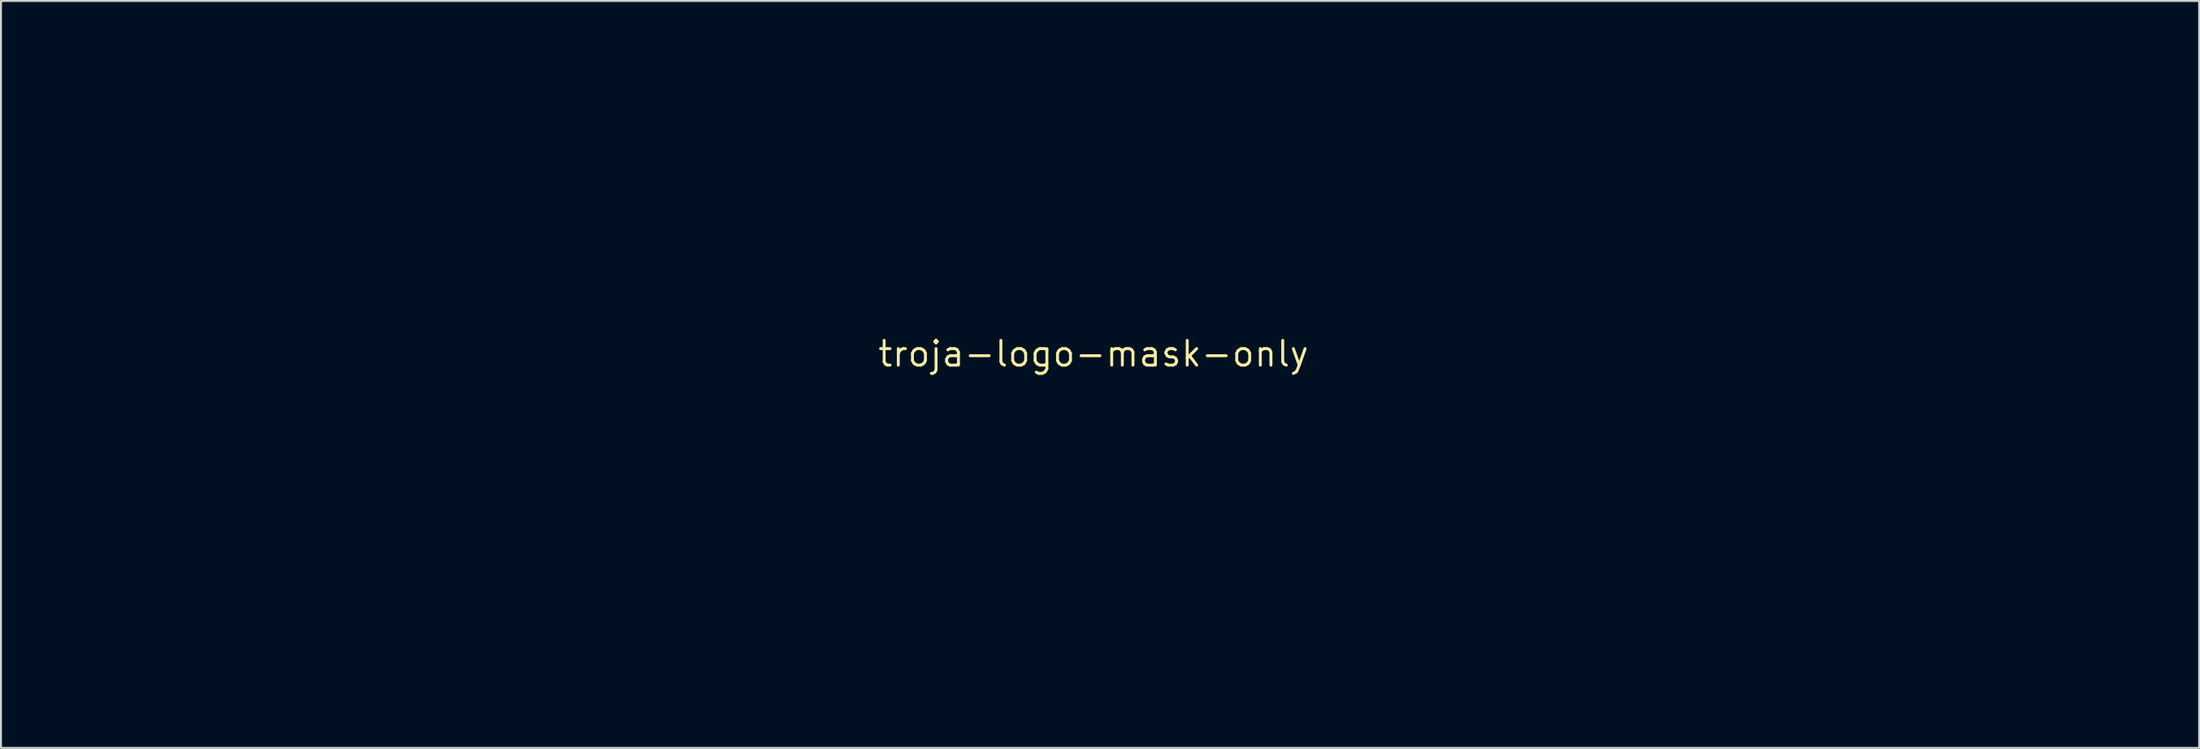
<source format=kicad_pcb>
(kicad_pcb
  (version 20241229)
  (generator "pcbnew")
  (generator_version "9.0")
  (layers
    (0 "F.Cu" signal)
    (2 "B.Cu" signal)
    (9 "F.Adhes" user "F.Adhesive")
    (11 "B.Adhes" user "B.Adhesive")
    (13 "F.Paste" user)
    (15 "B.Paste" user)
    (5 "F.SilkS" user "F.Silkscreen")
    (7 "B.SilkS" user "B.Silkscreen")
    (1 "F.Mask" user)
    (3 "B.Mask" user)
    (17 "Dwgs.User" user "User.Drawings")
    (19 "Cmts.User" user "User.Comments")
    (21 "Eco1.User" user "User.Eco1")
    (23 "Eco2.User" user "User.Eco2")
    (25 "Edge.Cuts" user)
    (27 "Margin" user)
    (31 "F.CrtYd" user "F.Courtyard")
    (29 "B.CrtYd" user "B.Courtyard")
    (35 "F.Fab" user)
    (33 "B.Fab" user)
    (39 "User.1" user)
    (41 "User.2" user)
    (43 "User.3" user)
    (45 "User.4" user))
  (footprint "troja-logo-mask-only"
    (layer "F.Cu")
    (at 53.028 15.097)
    (property "Reference" "troja-logo-mask-only" (at 0 0 0) (layer "F.SilkS") (effects (font (size 1.27 1.27) (thickness 0.15))))
    (attr through_hole)
    (fp_poly (pts (xy -0.118 3.712) (xy -0.08 3.722) (xy -0.066 3.732) (xy -0.048 3.766) (xy -0.021 3.827) (xy 0.009 3.905) (xy 0.014 3.918) (xy 0.054 4.067) (xy 0.078 4.229) (xy 0.084 4.392) (xy 0.071 4.542) (xy 0.047 4.646) (xy 0.021 4.731) (xy -0.001 4.816) (xy -0.01 4.862) (xy -0.03 4.933) (xy -0.06 4.996) (xy -0.067 5.006) (xy -0.136 5.07) (xy -0.216 5.109) (xy -0.298 5.122) (xy -0.371 5.107) (xy -0.415 5.075) (xy -0.483 4.987) (xy -0.53 4.912) (xy -0.55 4.855) (xy -0.55 4.848) (xy -0.555 4.809) (xy -0.567 4.74) (xy -0.585 4.654) (xy -0.595 4.609) (xy -0.626 4.418) (xy -0.628 4.244) (xy -0.6 4.071) (xy -0.547 3.905) (xy -0.476 3.715) (xy -0.284 3.709) (xy -0.183 3.707) (xy -0.118 3.712)) (stroke (width 0.01) (type solid)) (fill yes) (layer "F.Mask"))
    (fp_poly (pts (xy 7.586 3.38) (xy 7.611 3.42) (xy 7.635 3.433) (xy 7.648 3.445) (xy 7.664 3.478) (xy 7.684 3.537) (xy 7.708 3.625) (xy 7.739 3.746) (xy 7.776 3.903) (xy 7.789 3.958) (xy 7.822 4.104) (xy 7.854 4.238) (xy 7.881 4.355) (xy 7.903 4.448) (xy 7.918 4.511) (xy 7.923 4.535) (xy 7.938 4.593) (xy 7.578 4.593) (xy 7.431 4.592) (xy 7.321 4.588) (xy 7.25 4.582) (xy 7.219 4.574) (xy 7.218 4.571) (xy 7.223 4.546) (xy 7.237 4.485) (xy 7.258 4.394) (xy 7.286 4.28) (xy 7.318 4.149) (xy 7.345 4.043) (xy 7.38 3.9) (xy 7.412 3.768) (xy 7.438 3.654) (xy 7.458 3.564) (xy 7.469 3.503) (xy 7.472 3.483) (xy 7.483 3.439) (xy 7.504 3.429) (xy 7.536 3.411) (xy 7.554 3.382) (xy 7.572 3.334) (xy 7.586 3.38)) (stroke (width 0.01) (type solid)) (fill yes) (layer "F.Mask"))
    (fp_poly (pts (xy 21.154 -13.991) (xy 21.304 -13.803) (xy 21.446 -13.624) (xy 21.578 -13.458) (xy 21.698 -13.306) (xy 21.802 -13.172) (xy 21.89 -13.058) (xy 21.959 -12.968) (xy 22.007 -12.903) (xy 22.032 -12.868) (xy 22.035 -12.862) (xy 22.03 -12.839) (xy 22.017 -12.777) (xy 21.995 -12.677) (xy 21.965 -12.541) (xy 21.928 -12.372) (xy 21.883 -12.17) (xy 21.832 -11.939) (xy 21.774 -11.68) (xy 21.711 -11.394) (xy 21.642 -11.084) (xy 21.568 -10.752) (xy 21.489 -10.4) (xy 21.406 -10.028) (xy 21.319 -9.64) (xy 21.229 -9.237) (xy 21.136 -8.821) (xy 21.041 -8.394) (xy 21.028 -8.338) (xy 20.836 -7.478) (xy 20.644 -6.623) (xy 20.455 -5.776) (xy 20.267 -4.935) (xy 20.081 -4.104) (xy 19.897 -3.282) (xy 19.716 -2.471) (xy 19.538 -1.671) (xy 19.362 -0.884) (xy 19.189 -0.11) (xy 19.02 0.649) (xy 18.854 1.393) (xy 18.692 2.12) (xy 18.534 2.83) (xy 18.38 3.521) (xy 18.23 4.193) (xy 18.085 4.845) (xy 17.945 5.475) (xy 17.81 6.083) (xy 17.68 6.667) (xy 17.556 7.227) (xy 17.437 7.762) (xy 17.324 8.271) (xy 17.217 8.752) (xy 17.117 9.205) (xy 17.023 9.628) (xy 16.937 10.022) (xy 16.857 10.384) (xy 16.784 10.714) (xy 16.719 11.011) (xy 16.661 11.273) (xy 16.612 11.501) (xy 16.57 11.692) (xy 16.537 11.846) (xy 16.512 11.962) (xy 16.496 12.039) (xy 16.489 12.076) (xy 16.489 12.079) (xy 16.51 12.079) (xy 16.572 12.08) (xy 16.675 12.08) (xy 16.817 12.08) (xy 16.998 12.081) (xy 17.216 12.081) (xy 17.471 12.081) (xy 17.762 12.082) (xy 18.087 12.082) (xy 18.446 12.082) (xy 18.838 12.083) (xy 19.262 12.083) (xy 19.716 12.083) (xy 20.2 12.083) (xy 20.714 12.084) (xy 21.255 12.084) (xy 21.823 12.084) (xy 22.418 12.084) (xy 23.037 12.084) (xy 23.681 12.085) (xy 24.348 12.085) (xy 25.037 12.085) (xy 25.748 12.085) (xy 26.479 12.085) (xy 27.229 12.086) (xy 27.998 12.086) (xy 28.784 12.086) (xy 29.586 12.086) (xy 30.405 12.086) (xy 31.238 12.086) (xy 32.084 12.086) (xy 32.943 12.086) (xy 33.814 12.086) (xy 34.696 12.086) (xy 35.094 12.086) (xy 53.7 12.086) (xy 53.7 17.209) (xy -53.023 17.209) (xy -53.023 12.086) (xy -34.68 12.086) (xy -33.621 12.086) (xy -32.603 12.086) (xy -31.625 12.086) (xy -30.688 12.086) (xy -29.789 12.086) (xy -28.929 12.086) (xy -28.106 12.086) (xy -27.32 12.086) (xy -26.569 12.086) (xy -25.853 12.086) (xy -25.171 12.086) (xy -24.523 12.085) (xy -23.907 12.085) (xy -23.323 12.085) (xy -22.769 12.085) (xy -22.245 12.084) (xy -21.751 12.084) (xy -21.284 12.084) (xy -20.845 12.083) (xy -20.433 12.083) (xy -20.047 12.083) (xy -19.685 12.082) (xy -19.348 12.082) (xy -19.034 12.081) (xy -18.742 12.08) (xy -18.473 12.08) (xy -18.224 12.079) (xy -17.995 12.078) (xy -17.785 12.077) (xy -17.594 12.077) (xy -17.42 12.076) (xy -17.263 12.075) (xy -17.122 12.074) (xy -16.996 12.073) (xy -16.884 12.071) (xy -16.785 12.07) (xy -16.699 12.069) (xy -16.625 12.068) (xy -16.562 12.066) (xy -16.509 12.065) (xy -16.465 12.063) (xy -16.43 12.062) (xy -16.402 12.06) (xy -16.381 12.058) (xy -16.366 12.056) (xy -16.356 12.054) (xy -16.351 12.052) (xy -16.349 12.05) (xy -16.349 12.049) (xy -16.355 12.021) (xy -16.37 11.956) (xy -16.392 11.859) (xy -16.42 11.735) (xy -16.452 11.589) (xy -16.488 11.425) (xy -16.526 11.249) (xy -16.531 11.229) (xy -16.611 10.866) (xy -16.7 10.463) (xy -16.797 10.023) (xy -16.902 9.548) (xy -17.015 9.04) (xy -17.135 8.501) (xy -17.262 7.933) (xy -17.396 7.338) (xy -17.534 6.718) (xy -17.679 6.075) (xy -17.828 5.411) (xy -17.981 4.728) (xy -18.139 4.029) (xy -18.3 3.314) (xy -18.464 2.587) (xy -18.587 2.041) (xy -12.869 2.041) (xy -12.869 2.561) (xy -9.97 2.561) (xy -9.969 3.858) (xy -9.968 5.154) (xy -9.918 5.271) (xy -9.901 5.312) (xy -9.885 5.346) (xy -9.868 5.375) (xy -9.846 5.399) (xy -9.814 5.418) (xy -9.771 5.432) (xy -9.711 5.443) (xy -9.633 5.451) (xy -9.531 5.456) (xy -9.404 5.459) (xy -9.246 5.46) (xy -9.056 5.461) (xy -8.828 5.461) (xy -8.673 5.461) (xy -7.599 5.461) (xy -7.599 4.788) (xy -7.89 4.78) (xy -8.013 4.776) (xy -8.102 4.771) (xy -8.165 4.763) (xy -8.21 4.751) (xy -8.246 4.734) (xy -8.25 4.731) (xy -8.319 4.69) (xy -8.319 3.281) (xy -6.519 3.281) (xy -6.519 5.546) (xy -5.144 5.546) (xy -5.144 3.619) (xy -4.944 3.619) (xy -4.844 3.621) (xy -4.77 3.627) (xy -4.707 3.642) (xy -4.639 3.668) (xy -4.587 3.691) (xy -4.479 3.746) (xy -4.406 3.8) (xy -4.36 3.864) (xy -4.337 3.948) (xy -4.329 4.062) (xy -4.329 4.096) (xy -4.337 4.239) (xy -4.364 4.347) (xy -4.414 4.423) (xy -4.492 4.473) (xy -4.601 4.5) (xy -4.746 4.508) (xy -4.747 4.508) (xy -4.932 4.508) (xy -4.673 5.027) (xy -4.414 5.546) (xy -3.731 5.546) (xy -3.566 5.545) (xy -3.415 5.545) (xy -3.283 5.544) (xy -3.176 5.543) (xy -3.099 5.541) (xy -3.055 5.54) (xy -3.048 5.539) (xy -3.06 5.52) (xy -3.094 5.474) (xy -3.146 5.403) (xy -3.211 5.315) (xy -3.287 5.214) (xy -3.301 5.195) (xy -3.555 4.858) (xy -3.366 4.678) (xy -3.274 4.587) (xy -3.207 4.513) (xy -3.157 4.443) (xy -3.117 4.369) (xy -3.107 4.35) (xy -3.103 4.341) (xy -1.942 4.341) (xy -1.939 4.415) (xy -1.901 4.616) (xy -1.828 4.799) (xy -1.717 4.968) (xy -1.578 5.119) (xy -1.4 5.26) (xy -1.2 5.372) (xy -0.972 5.456) (xy -0.73 5.512) (xy -0.584 5.531) (xy -0.412 5.541) (xy -0.229 5.542) (xy -0.051 5.536) (xy 0.107 5.521) (xy 0.16 5.513) (xy 0.417 5.453) (xy 0.648 5.37) (xy 0.852 5.263) (xy 1.025 5.137) (xy 1.166 4.992) (xy 1.248 4.868) (xy 2.286 4.868) (xy 2.286 5.207) (xy 2.286 5.334) (xy 2.288 5.425) (xy 2.291 5.486) (xy 2.297 5.522) (xy 2.306 5.54) (xy 2.319 5.546) (xy 2.323 5.546) (xy 2.351 5.545) (xy 2.417 5.542) (xy 2.517 5.538) (xy 2.646 5.533) (xy 2.705 5.53) (xy 5.567 5.53) (xy 5.587 5.534) (xy 5.645 5.537) (xy 5.736 5.539) (xy 5.854 5.541) (xy 5.996 5.541) (xy 6.156 5.541) (xy 6.302 5.541) (xy 7.037 5.535) (xy 7.079 5.318) (xy 7.12 5.101) (xy 8.018 5.101) (xy 8.107 5.323) (xy 8.196 5.546) (xy 8.892 5.546) (xy 9.089 5.545) (xy 9.247 5.544) (xy 9.37 5.542) (xy 9.461 5.539) (xy 9.523 5.535) (xy 9.561 5.53) (xy 9.577 5.523) (xy 9.578 5.519) (xy 9.571 5.494) (xy 9.553 5.432) (xy 9.528 5.337) (xy 9.494 5.213) (xy 9.453 5.064) (xy 9.407 4.893) (xy 9.357 4.705) (xy 9.303 4.503) (xy 9.281 4.424) (xy 9.226 4.218) (xy 9.174 4.023) (xy 9.126 3.844) (xy 9.083 3.685) (xy 9.046 3.549) (xy 9.017 3.441) (xy 8.996 3.364) (xy 8.985 3.323) (xy 8.983 3.318) (xy 8.979 3.311) (xy 8.969 3.304) (xy 8.951 3.299) (xy 8.921 3.294) (xy 8.876 3.291) (xy 8.814 3.288) (xy 8.731 3.285) (xy 8.624 3.284) (xy 8.491 3.283) (xy 8.328 3.282) (xy 8.133 3.281) (xy 7.901 3.281) (xy 7.631 3.281) (xy 7.569 3.281) (xy 6.167 3.281) (xy 5.867 4.397) (xy 5.81 4.607) (xy 5.757 4.805) (xy 5.709 4.987) (xy 5.666 5.148) (xy 5.629 5.287) (xy 5.6 5.397) (xy 5.579 5.477) (xy 5.568 5.522) (xy 5.567 5.53) (xy 2.705 5.53) (xy 2.8 5.526) (xy 2.974 5.518) (xy 3.164 5.509) (xy 3.344 5.501) (xy 4.329 5.456) (xy 4.397 5.39) (xy 4.466 5.323) (xy 4.466 4.302) (xy 4.466 3.281) (xy 3.09 3.281) (xy 3.09 3.896) (xy 3.09 4.076) (xy 3.089 4.22) (xy 3.088 4.331) (xy 3.085 4.416) (xy 3.08 4.48) (xy 3.074 4.529) (xy 3.065 4.566) (xy 3.054 4.599) (xy 3.05 4.61) (xy 3.024 4.674) (xy 3.006 4.723) (xy 3.001 4.738) (xy 2.979 4.761) (xy 2.928 4.791) (xy 2.869 4.818) (xy 2.803 4.842) (xy 2.739 4.857) (xy 2.665 4.865) (xy 2.566 4.868) (xy 2.515 4.868) (xy 2.286 4.868) (xy 1.248 4.868) (xy 1.273 4.83) (xy 1.343 4.654) (xy 1.376 4.465) (xy 1.378 4.403) (xy 1.357 4.198) (xy 1.296 4.002) (xy 1.197 3.82) (xy 1.063 3.654) (xy 0.896 3.51) (xy 0.851 3.479) (xy 0.657 3.372) (xy 0.435 3.291) (xy 0.192 3.234) (xy -0.065 3.202) (xy -0.33 3.197) (xy -0.594 3.217) (xy -0.851 3.264) (xy -1.095 3.339) (xy -1.137 3.355) (xy -1.273 3.413) (xy -1.38 3.467) (xy -1.467 3.524) (xy -1.545 3.59) (xy -1.615 3.661) (xy -1.755 3.833) (xy -1.856 4.005) (xy -1.919 4.175) (xy -1.942 4.341) (xy -3.103 4.341) (xy -3.074 4.274) (xy -3.053 4.212) (xy -3.042 4.148) (xy -3.038 4.067) (xy -3.038 4) (xy -3.039 3.9) (xy -3.045 3.829) (xy -3.058 3.774) (xy -3.08 3.72) (xy -3.094 3.693) (xy -3.155 3.599) (xy -3.234 3.511) (xy -3.319 3.439) (xy -3.4 3.394) (xy -3.41 3.39) (xy -3.439 3.387) (xy -3.507 3.382) (xy -3.609 3.376) (xy -3.74 3.37) (xy -3.898 3.363) (xy -4.076 3.355) (xy -4.272 3.347) (xy -4.481 3.339) (xy -4.699 3.331) (xy -4.922 3.323) (xy -5.146 3.315) (xy -5.365 3.308) (xy -5.577 3.301) (xy -5.778 3.295) (xy -5.962 3.29) (xy -6.125 3.286) (xy -6.265 3.283) (xy -6.376 3.281) (xy -6.43 3.281) (xy -6.519 3.281) (xy -8.319 3.281) (xy -8.319 2.561) (xy -6.8 2.561) (xy -6.672 2.561) (xy -6.504 2.561) (xy -6.297 2.562) (xy -6.054 2.562) (xy -5.776 2.563) (xy -5.465 2.564) (xy -5.122 2.565) (xy -4.751 2.566) (xy -4.352 2.567) (xy -3.928 2.569) (xy -3.48 2.57) (xy -3.011 2.572) (xy -2.521 2.573) (xy -2.014 2.575) (xy -1.491 2.577) (xy -0.953 2.579) (xy -0.404 2.581) (xy 0.157 2.583) (xy 0.725 2.585) (xy 1.301 2.587) (xy 1.881 2.589) (xy 2.464 2.592) (xy 3.048 2.594) (xy 3.632 2.596) (xy 4.213 2.598) (xy 4.789 2.6) (xy 5.358 2.603) (xy 5.92 2.605) (xy 6.471 2.607) (xy 7.01 2.609) (xy 7.535 2.611) (xy 8.044 2.614) (xy 8.536 2.616) (xy 9.008 2.618) (xy 9.458 2.62) (xy 9.886 2.621) (xy 10.288 2.623) (xy 10.662 2.625) (xy 11.008 2.627) (xy 11.323 2.628) (xy 11.606 2.63) (xy 11.853 2.631) (xy 12.017 2.632) (xy 13.547 2.641) (xy 13.547 1.947) (xy -8.319 1.947) (xy -8.319 0.106) (xy -8.994 0.106) (xy -9.005 0.175) (xy -9.029 0.314) (xy -9.049 0.423) (xy -9.067 0.511) (xy -9.087 0.589) (xy -9.11 0.668) (xy -9.115 0.687) (xy -9.216 0.949) (xy -9.348 1.19) (xy -9.508 1.405) (xy -9.624 1.525) (xy -9.752 1.637) (xy -9.874 1.722) (xy -10.008 1.791) (xy -10.113 1.834) (xy -10.173 1.856) (xy -10.233 1.874) (xy -10.296 1.891) (xy -10.367 1.905) (xy -10.449 1.918) (xy -10.546 1.929) (xy -10.661 1.939) (xy -10.799 1.949) (xy -10.964 1.959) (xy -11.158 1.969) (xy -11.387 1.979) (xy -11.653 1.99) (xy -11.71 1.993) (xy -12.869 2.041) (xy -18.587 2.041) (xy -18.63 1.849) (xy -18.799 1.103) (xy -18.969 0.35) (xy -19.14 -0.408) (xy -19.313 -1.168) (xy -19.485 -1.929) (xy -19.657 -2.688) (xy -19.829 -3.444) (xy -19.999 -4.194) (xy -20.025 -4.307) (xy -7.535 -4.307) (xy -7.525 -4.276) (xy -7.497 -4.219) (xy -7.458 -4.144) (xy -7.411 -4.062) (xy -7.362 -3.982) (xy -7.333 -3.936) (xy -7.201 -3.767) (xy -7.04 -3.613) (xy -6.892 -3.503) (xy -6.797 -3.447) (xy -6.696 -3.392) (xy -6.597 -3.344) (xy -6.51 -3.307) (xy -6.445 -3.285) (xy -6.419 -3.281) (xy -6.364 -3.269) (xy -6.319 -3.248) (xy -6.261 -3.222) (xy -6.166 -3.196) (xy -6.043 -3.17) (xy -5.897 -3.146) (xy -5.734 -3.125) (xy -5.562 -3.109) (xy -5.556 -3.108) (xy -5.414 -3.099) (xy -5.272 -3.096) (xy -5.125 -3.098) (xy -4.966 -3.105) (xy -4.79 -3.12) (xy -4.589 -3.141) (xy -4.358 -3.169) (xy -4.138 -3.199) (xy -3.981 -3.221) (xy -3.86 -3.238) (xy -3.771 -3.253) (xy -3.706 -3.267) (xy -3.66 -3.28) (xy -3.628 -3.293) (xy -3.604 -3.31) (xy -3.593 -3.319) (xy -3.535 -3.373) (xy -3.535 -3.201) (xy -3.545 -2.983) (xy -3.573 -2.739) (xy -3.617 -2.48) (xy -3.676 -2.216) (xy -3.747 -1.959) (xy -3.771 -1.884) (xy -3.867 -1.612) (xy -3.979 -1.343) (xy -4.107 -1.073) (xy -4.254 -0.8) (xy -4.423 -0.52) (xy -4.614 -0.231) (xy -4.83 0.072) (xy -5.074 0.391) (xy -5.346 0.729) (xy -5.649 1.089) (xy -5.705 1.154) (xy -5.787 1.249) (xy -5.86 1.335) (xy -5.919 1.405) (xy -5.96 1.454) (xy -5.977 1.476) (xy -5.973 1.484) (xy -5.95 1.49) (xy -5.904 1.495) (xy -5.832 1.498) (xy -5.73 1.501) (xy -5.595 1.502) (xy -5.423 1.503) (xy -5.303 1.503) (xy -5.113 1.503) (xy -4.961 1.502) (xy -4.843 1.501) (xy -4.755 1.499) (xy -4.691 1.496) (xy -4.648 1.491) (xy -4.622 1.485) (xy -4.607 1.477) (xy -4.601 1.467) (xy -4.6 1.466) (xy -4.435 1.048) (xy -4.235 0.652) (xy -4.001 0.279) (xy -3.736 -0.068) (xy -3.441 -0.389) (xy -3.119 -0.68) (xy -2.771 -0.941) (xy -2.399 -1.17) (xy -2.006 -1.364) (xy -1.592 -1.523) (xy -1.257 -1.621) (xy -0.826 -1.711) (xy -0.402 -1.76) (xy 0.017 -1.768) (xy 0.433 -1.735) (xy 0.752 -1.683) (xy 1.148 -1.582) (xy 1.528 -1.442) (xy 1.89 -1.266) (xy 2.232 -1.053) (xy 2.554 -0.804) (xy 2.855 -0.521) (xy 3.131 -0.205) (xy 3.384 0.143) (xy 3.61 0.522) (xy 3.627 0.554) (xy 3.713 0.725) (xy 3.8 0.911) (xy 3.88 1.098) (xy 3.947 1.272) (xy 3.978 1.36) (xy 4.025 1.503) (xy 5.36 1.503) (xy 5.244 1.378) (xy 4.989 1.082) (xy 4.745 0.758) (xy 4.518 0.416) (xy 4.315 0.066) (xy 4.142 -0.282) (xy 4.089 -0.402) (xy 4.01 -0.6) (xy 3.934 -0.812) (xy 3.862 -1.03) (xy 3.799 -1.244) (xy 3.745 -1.446) (xy 3.704 -1.627) (xy 3.681 -1.767) (xy 3.65 -2.014) (xy 3.628 -2.234) (xy 3.613 -2.441) (xy 3.603 -2.651) (xy 3.599 -2.877) (xy 3.599 -3) (xy 3.598 -3.514) (xy 2.623 -4.976) (xy 2.474 -5.2) (xy 2.332 -5.413) (xy 2.199 -5.614) (xy 2.077 -5.799) (xy 1.966 -5.966) (xy 1.87 -6.112) (xy 1.789 -6.235) (xy 1.726 -6.332) (xy 1.682 -6.4) (xy 1.658 -6.438) (xy 1.655 -6.444) (xy 1.674 -6.455) (xy 1.727 -6.484) (xy 1.809 -6.527) (xy 1.915 -6.584) (xy 2.041 -6.652) (xy 2.183 -6.728) (xy 2.321 -6.802) (xy 2.981 -7.154) (xy 3.441 -7.154) (xy 3.567 -7.027) (xy 3.693 -6.9) (xy 3.768 -7.047) (xy 3.641 -7.257) (xy 3.59 -7.342) (xy 3.55 -7.415) (xy 3.523 -7.467) (xy 3.514 -7.491) (xy 3.532 -7.502) (xy 3.59 -7.509) (xy 3.687 -7.513) (xy 3.775 -7.514) (xy 4.037 -7.514) (xy 4.084 -7.674) (xy 4.112 -7.784) (xy 4.122 -7.87) (xy 4.118 -7.928) (xy 4.104 -8.022) (xy 2.566 -8.027) (xy 1.029 -8.033) (xy 0.778 -8.615) (xy 0.342 -7.874) (xy -0.093 -7.133) (xy -3.263 -7.133) (xy -3.248 -7.064) (xy -3.231 -7.001) (xy -3.205 -6.946) (xy -3.163 -6.888) (xy -3.098 -6.815) (xy -3.093 -6.809) (xy -2.998 -6.727) (xy -2.874 -6.647) (xy -2.732 -6.574) (xy -2.585 -6.515) (xy -2.443 -6.474) (xy -2.319 -6.456) (xy -2.301 -6.456) (xy -2.234 -6.448) (xy -2.156 -6.43) (xy -2.135 -6.423) (xy -2.022 -6.391) (xy -1.87 -6.362) (xy -1.685 -6.335) (xy -1.469 -6.311) (xy -1.227 -6.292) (xy -0.963 -6.276) (xy -0.682 -6.264) (xy -0.499 -6.259) (xy -0.268 -6.255) (xy -0.209 -6.078) (xy -0.179 -5.995) (xy -0.152 -5.925) (xy -0.131 -5.88) (xy -0.126 -5.872) (xy -0.107 -5.831) (xy -0.097 -5.779) (xy -0.093 -5.715) (xy -1.159 -5.71) (xy -2.225 -5.704) (xy -2.144 -5.589) (xy -2.039 -5.465) (xy -1.903 -5.346) (xy -1.748 -5.241) (xy -1.662 -5.195) (xy -1.551 -5.151) (xy -1.404 -5.11) (xy -1.224 -5.072) (xy -1.016 -5.038) (xy -0.787 -5.008) (xy -0.54 -4.984) (xy -0.28 -4.966) (xy -0.064 -4.956) (xy 0.348 -4.942) (xy 0.614 -4.498) (xy -0.285 -4.492) (xy -0.476 -4.491) (xy -0.653 -4.489) (xy -0.811 -4.486) (xy -0.948 -4.483) (xy -1.057 -4.48) (xy -1.136 -4.477) (xy -1.178 -4.473) (xy -1.185 -4.471) (xy -1.17 -4.428) (xy -1.13 -4.371) (xy -1.075 -4.31) (xy -1.014 -4.258) (xy -1.013 -4.257) (xy -0.86 -4.164) (xy -0.709 -4.104) (xy -0.607 -4.082) (xy -0.534 -4.069) (xy -0.432 -4.051) (xy -0.317 -4.03) (xy -0.212 -4.01) (xy 0.027 -3.967) (xy 0.249 -3.933) (xy 0.447 -3.91) (xy 0.614 -3.897) (xy 0.699 -3.895) (xy 0.867 -3.895) (xy 1.059 -3.514) (xy -1.135 -3.514) (xy -1.488 -3.514) (xy -1.801 -3.514) (xy -2.076 -3.514) (xy -2.318 -3.514) (xy -2.527 -3.515) (xy -2.706 -3.516) (xy -2.859 -3.517) (xy -2.987 -3.518) (xy -3.093 -3.52) (xy -3.181 -3.522) (xy -3.251 -3.525) (xy -3.308 -3.528) (xy -3.353 -3.532) (xy -3.389 -3.537) (xy -3.418 -3.542) (xy -3.444 -3.548) (xy -3.468 -3.555) (xy -3.48 -3.558) (xy -3.627 -3.609) (xy -3.748 -3.667) (xy -3.851 -3.741) (xy -3.947 -3.837) (xy -4.044 -3.962) (xy -4.086 -4.023) (xy -4.146 -4.107) (xy -4.204 -4.183) (xy -4.254 -4.241) (xy -4.276 -4.262) (xy -4.342 -4.318) (xy -5.939 -4.318) (xy -6.195 -4.318) (xy -6.438 -4.317) (xy -6.665 -4.317) (xy -6.873 -4.316) (xy -7.059 -4.315) (xy -7.218 -4.313) (xy -7.349 -4.312) (xy -7.448 -4.31) (xy -7.511 -4.309) (xy -7.535 -4.307) (xy -7.535 -4.307) (xy -20.025 -4.307) (xy -20.168 -4.937) (xy -20.335 -5.669) (xy -20.499 -6.391) (xy -20.66 -7.098) (xy -20.818 -7.789) (xy -20.972 -8.463) (xy -21.122 -9.117) (xy -21.267 -9.749) (xy -21.406 -10.357) (xy -21.54 -10.94) (xy -21.609 -11.239) (xy -21.678 -11.54) (xy -21.738 -11.802) (xy -21.79 -12.028) (xy -21.833 -12.22) (xy -21.869 -12.382) (xy -21.898 -12.515) (xy -21.92 -12.622) (xy -21.937 -12.706) (xy -21.949 -12.769) (xy -21.955 -12.814) (xy -21.958 -12.842) (xy -21.955 -12.862) (xy -21.944 -12.89) (xy -21.924 -12.931) (xy -21.893 -12.986) (xy -21.849 -13.057) (xy -21.791 -13.149) (xy -21.717 -13.262) (xy -21.626 -13.4) (xy -21.515 -13.565) (xy -21.384 -13.76) (xy -21.23 -13.987) (xy -21.22 -14.001) (xy -20.48 -15.092) (xy 20.273 -15.092) (xy 21.154 -13.991)) (stroke (width 0.01) (type solid)) (fill yes) (layer "F.Mask")))
  (gr_rect
    (start -3 -3)
    (end 109.732 35.31)
    (stroke (width 0.1) (type default))
    (fill no)
    (layer "Edge.Cuts")))
</source>
